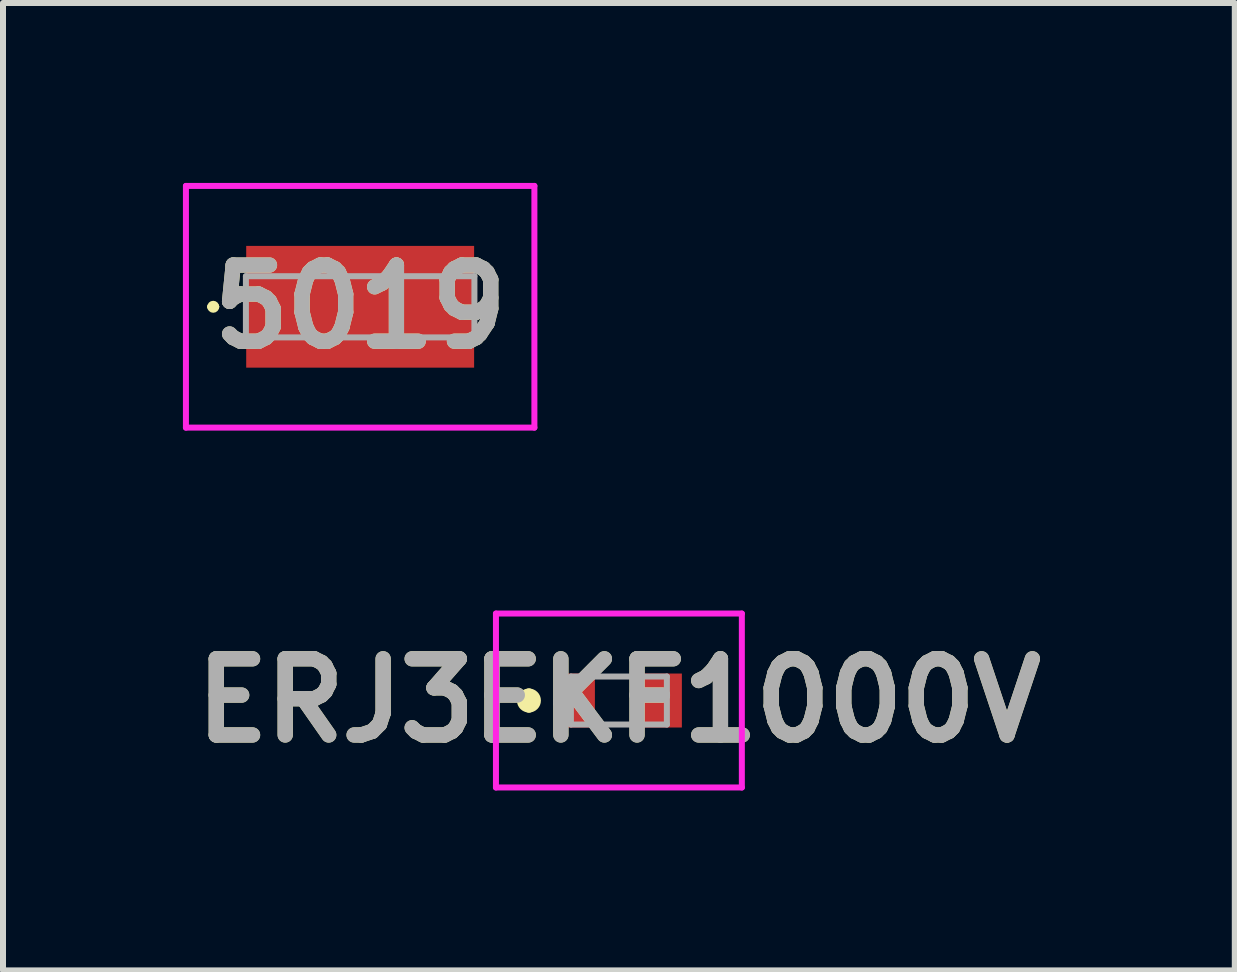
<source format=kicad_pcb>
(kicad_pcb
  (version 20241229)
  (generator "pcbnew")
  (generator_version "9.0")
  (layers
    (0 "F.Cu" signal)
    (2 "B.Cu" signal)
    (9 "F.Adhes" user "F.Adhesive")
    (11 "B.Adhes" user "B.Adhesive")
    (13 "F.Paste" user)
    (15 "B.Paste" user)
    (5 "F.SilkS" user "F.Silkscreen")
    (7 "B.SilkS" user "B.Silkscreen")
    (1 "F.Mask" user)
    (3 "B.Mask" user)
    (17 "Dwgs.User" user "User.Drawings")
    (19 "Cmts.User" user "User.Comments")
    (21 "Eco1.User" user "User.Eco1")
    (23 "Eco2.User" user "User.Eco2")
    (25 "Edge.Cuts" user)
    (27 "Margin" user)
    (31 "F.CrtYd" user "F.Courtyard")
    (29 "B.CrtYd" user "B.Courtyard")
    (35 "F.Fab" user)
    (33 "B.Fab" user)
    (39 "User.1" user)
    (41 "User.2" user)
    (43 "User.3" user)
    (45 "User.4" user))
  (footprint "ERJ3EKF1000V"
    (layer "F.Cu")
    (at 7.269 8.63)
    (property "Reference" "ERJ3EKF1000V" (at 0 0 0) (layer "F.SilkS") (effects (font (size 1.27 1.27) (thickness 0.254))))
    (attr smd)
    (fp_line (start -1.5 -0.1) (end -1.5 -0.1) (stroke (width 0.2) (type solid)) (layer "F.SilkS"))
    (fp_line (start -1.5 0.1) (end -1.5 0.1) (stroke (width 0.2) (type solid)) (layer "F.SilkS"))
    (fp_arc (start -1.5 -0.1) (mid -1.4 0) (end -1.5 0.1) (stroke (width 0.2) (type solid)) (layer "F.SilkS"))
    (fp_arc (start -1.5 0.1) (mid -1.6 0) (end -1.5 -0.1) (stroke (width 0.2) (type solid)) (layer "F.SilkS"))
    (fp_line (start -2.05 -1.45) (end 2.05 -1.45) (stroke (width 0.1) (type solid)) (layer "F.CrtYd"))
    (fp_line (start -2.05 1.45) (end -2.05 -1.45) (stroke (width 0.1) (type solid)) (layer "F.CrtYd"))
    (fp_line (start 2.05 -1.45) (end 2.05 1.45) (stroke (width 0.1) (type solid)) (layer "F.CrtYd"))
    (fp_line (start 2.05 1.45) (end -2.05 1.45) (stroke (width 0.1) (type solid)) (layer "F.CrtYd"))
    (fp_line (start -0.8 -0.4) (end -0.8 0.4) (stroke (width 0.1) (type solid)) (layer "F.Fab"))
    (fp_line (start -0.8 0.4) (end 0.8 0.4) (stroke (width 0.1) (type solid)) (layer "F.Fab"))
    (fp_line (start 0.8 -0.4) (end -0.8 -0.4) (stroke (width 0.1) (type solid)) (layer "F.Fab"))
    (fp_line (start 0.8 0.4) (end 0.8 -0.4) (stroke (width 0.1) (type solid)) (layer "F.Fab"))
    (fp_text user "${REFERENCE}" (at 0 0 0) (layer "F.Fab") (effects (font (size 1.27 1.27) (thickness 0.254))))
    (pad "1" smd rect (at -0.725 0) (size 0.65 0.9) (layers "F.Cu" "F.Mask" "F.Paste"))
    (pad "2" smd rect (at 0.725 0) (size 0.65 0.9) (layers "F.Cu" "F.Mask" "F.Paste")))
  (footprint "5019"
    (layer "F.Cu")
    (at 2.955 2.065)
    (property "Reference" "5019" (at 0 0 0) (layer "F.SilkS") (effects (font (size 1.27 1.27) (thickness 0.254))))
    (attr smd)
    (fp_line (start -2.5 0) (end -2.5 0) (stroke (width 0.1) (type solid)) (layer "F.SilkS"))
    (fp_line (start -2.4 0) (end -2.4 0) (stroke (width 0.1) (type solid)) (layer "F.SilkS"))
    (fp_arc (start -2.5 0) (mid -2.45 -0.05) (end -2.4 0) (stroke (width 0.1) (type solid)) (layer "F.SilkS"))
    (fp_arc (start -2.4 0) (mid -2.45 0.05) (end -2.5 0) (stroke (width 0.1) (type solid)) (layer "F.SilkS"))
    (fp_line (start -2.905 -2.015) (end 2.905 -2.015) (stroke (width 0.1) (type solid)) (layer "F.CrtYd"))
    (fp_line (start -2.905 2.015) (end -2.905 -2.015) (stroke (width 0.1) (type solid)) (layer "F.CrtYd"))
    (fp_line (start 2.905 -2.015) (end 2.905 2.015) (stroke (width 0.1) (type solid)) (layer "F.CrtYd"))
    (fp_line (start 2.905 2.015) (end -2.905 2.015) (stroke (width 0.1) (type solid)) (layer "F.CrtYd"))
    (fp_line (start -1.905 -0.51) (end 1.905 -0.51) (stroke (width 0.1) (type solid)) (layer "F.Fab"))
    (fp_line (start -1.905 0.51) (end -1.905 -0.51) (stroke (width 0.1) (type solid)) (layer "F.Fab"))
    (fp_line (start 1.905 -0.51) (end 1.905 0.51) (stroke (width 0.1) (type solid)) (layer "F.Fab"))
    (fp_line (start 1.905 0.51) (end -1.905 0.51) (stroke (width 0.1) (type solid)) (layer "F.Fab"))
    (fp_text user "${REFERENCE}" (at 0 0 0) (layer "F.Fab") (effects (font (size 1.27 1.27) (thickness 0.254))))
    (pad "1" smd rect (at 0 0 90) (size 2.03 3.8) (layers "F.Cu" "F.Mask" "F.Paste")))
  (gr_rect
    (start -3 -3)
    (end 17.538 13.13)
    (stroke (width 0.1) (type default))
    (fill no)
    (layer "Edge.Cuts")))
</source>
